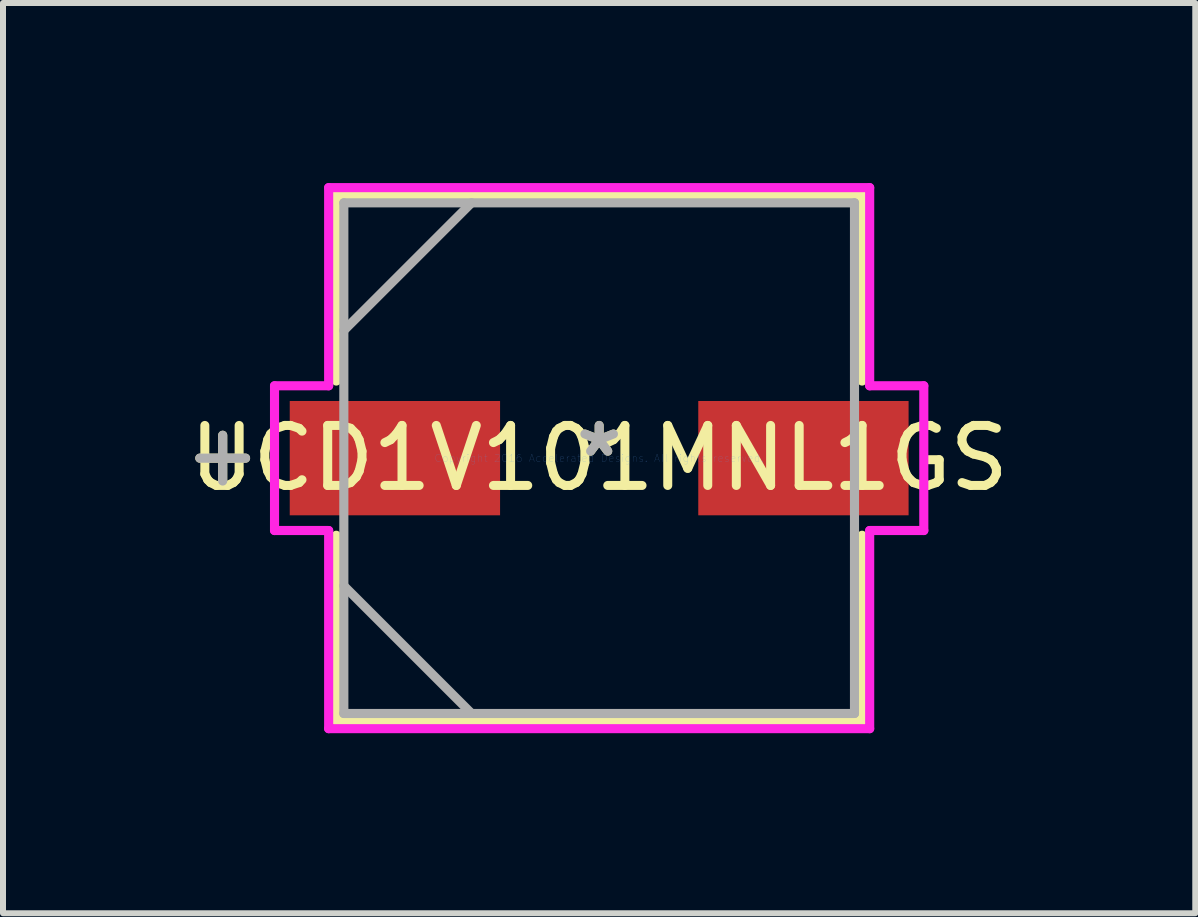
<source format=kicad_pcb>
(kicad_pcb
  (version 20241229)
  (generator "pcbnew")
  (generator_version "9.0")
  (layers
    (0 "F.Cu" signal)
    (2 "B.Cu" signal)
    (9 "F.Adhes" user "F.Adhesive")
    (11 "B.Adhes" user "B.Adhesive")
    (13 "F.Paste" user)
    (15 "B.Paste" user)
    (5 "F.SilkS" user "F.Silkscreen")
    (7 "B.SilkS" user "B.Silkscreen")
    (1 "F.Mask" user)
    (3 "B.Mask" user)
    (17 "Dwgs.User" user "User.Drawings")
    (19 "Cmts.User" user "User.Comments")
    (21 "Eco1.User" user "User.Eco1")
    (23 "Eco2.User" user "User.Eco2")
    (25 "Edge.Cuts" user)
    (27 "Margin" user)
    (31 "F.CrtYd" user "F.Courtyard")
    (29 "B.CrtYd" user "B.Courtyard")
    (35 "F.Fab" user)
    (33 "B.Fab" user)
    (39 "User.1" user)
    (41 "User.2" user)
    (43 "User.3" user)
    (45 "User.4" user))
  (footprint "UCD1V101MNL1GS"
    (layer "F.Cu")
    (at 6.935 4.585)
    (property "Reference" "UCD1V101MNL1GS" (at 0 0 0) (layer "F.SilkS") (effects (font (size 1 1) (thickness 0.15))))
    (attr through_hole)
    (fp_line (start -6.274 -0.381) (end -6.274 0.381) (stroke (width 0.152) (type solid)) (layer "F.SilkS"))
    (fp_line (start -5.893 0) (end -6.655 0) (stroke (width 0.152) (type solid)) (layer "F.SilkS"))
    (fp_line (start -4.381 -4.381) (end -4.381 -1.285) (stroke (width 0.152) (type solid)) (layer "F.SilkS"))
    (fp_line (start -4.381 1.285) (end -4.381 4.381) (stroke (width 0.152) (type solid)) (layer "F.SilkS"))
    (fp_line (start -4.381 4.381) (end 4.381 4.381) (stroke (width 0.152) (type solid)) (layer "F.SilkS"))
    (fp_line (start 4.381 -4.381) (end -4.381 -4.381) (stroke (width 0.152) (type solid)) (layer "F.SilkS"))
    (fp_line (start 4.381 -1.285) (end 4.381 -4.381) (stroke (width 0.152) (type solid)) (layer "F.SilkS"))
    (fp_line (start 4.381 4.381) (end 4.381 1.285) (stroke (width 0.152) (type solid)) (layer "F.SilkS"))
    (fp_line (start -5.41 -1.206) (end -4.508 -1.206) (stroke (width 0.152) (type solid)) (layer "F.CrtYd"))
    (fp_line (start -5.41 1.206) (end -5.41 -1.206) (stroke (width 0.152) (type solid)) (layer "F.CrtYd"))
    (fp_line (start -4.508 -4.508) (end 4.508 -4.508) (stroke (width 0.152) (type solid)) (layer "F.CrtYd"))
    (fp_line (start -4.508 -1.206) (end -4.508 -4.508) (stroke (width 0.152) (type solid)) (layer "F.CrtYd"))
    (fp_line (start -4.508 1.206) (end -5.41 1.206) (stroke (width 0.152) (type solid)) (layer "F.CrtYd"))
    (fp_line (start -4.508 4.508) (end -4.508 1.206) (stroke (width 0.152) (type solid)) (layer "F.CrtYd"))
    (fp_line (start 4.508 -4.508) (end 4.508 -1.206) (stroke (width 0.152) (type solid)) (layer "F.CrtYd"))
    (fp_line (start 4.508 -1.206) (end 5.41 -1.206) (stroke (width 0.152) (type solid)) (layer "F.CrtYd"))
    (fp_line (start 4.508 1.206) (end 4.508 4.508) (stroke (width 0.152) (type solid)) (layer "F.CrtYd"))
    (fp_line (start 4.508 4.508) (end -4.508 4.508) (stroke (width 0.152) (type solid)) (layer "F.CrtYd"))
    (fp_line (start 5.41 -1.206) (end 5.41 1.206) (stroke (width 0.152) (type solid)) (layer "F.CrtYd"))
    (fp_line (start 5.41 1.206) (end 4.508 1.206) (stroke (width 0.152) (type solid)) (layer "F.CrtYd"))
    (fp_line (start -6.274 -0.381) (end -6.274 0.381) (stroke (width 0.152) (type solid)) (layer "F.Fab"))
    (fp_line (start -5.893 0) (end -6.655 0) (stroke (width 0.152) (type solid)) (layer "F.Fab"))
    (fp_line (start -4.255 -4.255) (end -4.255 4.255) (stroke (width 0.152) (type solid)) (layer "F.Fab"))
    (fp_line (start -4.255 -2.127) (end -2.127 -4.255) (stroke (width 0.152) (type solid)) (layer "F.Fab"))
    (fp_line (start -4.255 2.127) (end -2.127 4.255) (stroke (width 0.152) (type solid)) (layer "F.Fab"))
    (fp_line (start -4.255 4.255) (end 4.255 4.255) (stroke (width 0.152) (type solid)) (layer "F.Fab"))
    (fp_line (start 4.255 -4.255) (end -4.255 -4.255) (stroke (width 0.152) (type solid)) (layer "F.Fab"))
    (fp_line (start 4.255 4.255) (end 4.255 -4.255) (stroke (width 0.152) (type solid)) (layer "F.Fab"))
    (fp_text user "*" (at 0 0 0) (layer "F.SilkS") (effects (font (size 1 1) (thickness 0.15))))
    (fp_text user "Copyright 2016 Accelerated Designs. All rights reserved." (at 0 0 0) (layer "Cmts.User") (effects (font (size 0.127 0.127) (thickness 0.002))))
    (fp_text user "*" (at 0 0 0) (layer "F.Fab") (effects (font (size 1 1) (thickness 0.15))))
    (pad "1" smd rect (at -3.404 0) (size 3.505 1.905) (layers "F.Cu" "F.Mask" "F.Paste"))
    (pad "2" smd rect (at 3.404 0) (size 3.505 1.905) (layers "F.Cu" "F.Mask" "F.Paste")))
  (gr_rect
    (start -3 -3)
    (end 16.869 12.169)
    (stroke (width 0.1) (type default))
    (fill no)
    (layer "Edge.Cuts")))
</source>
